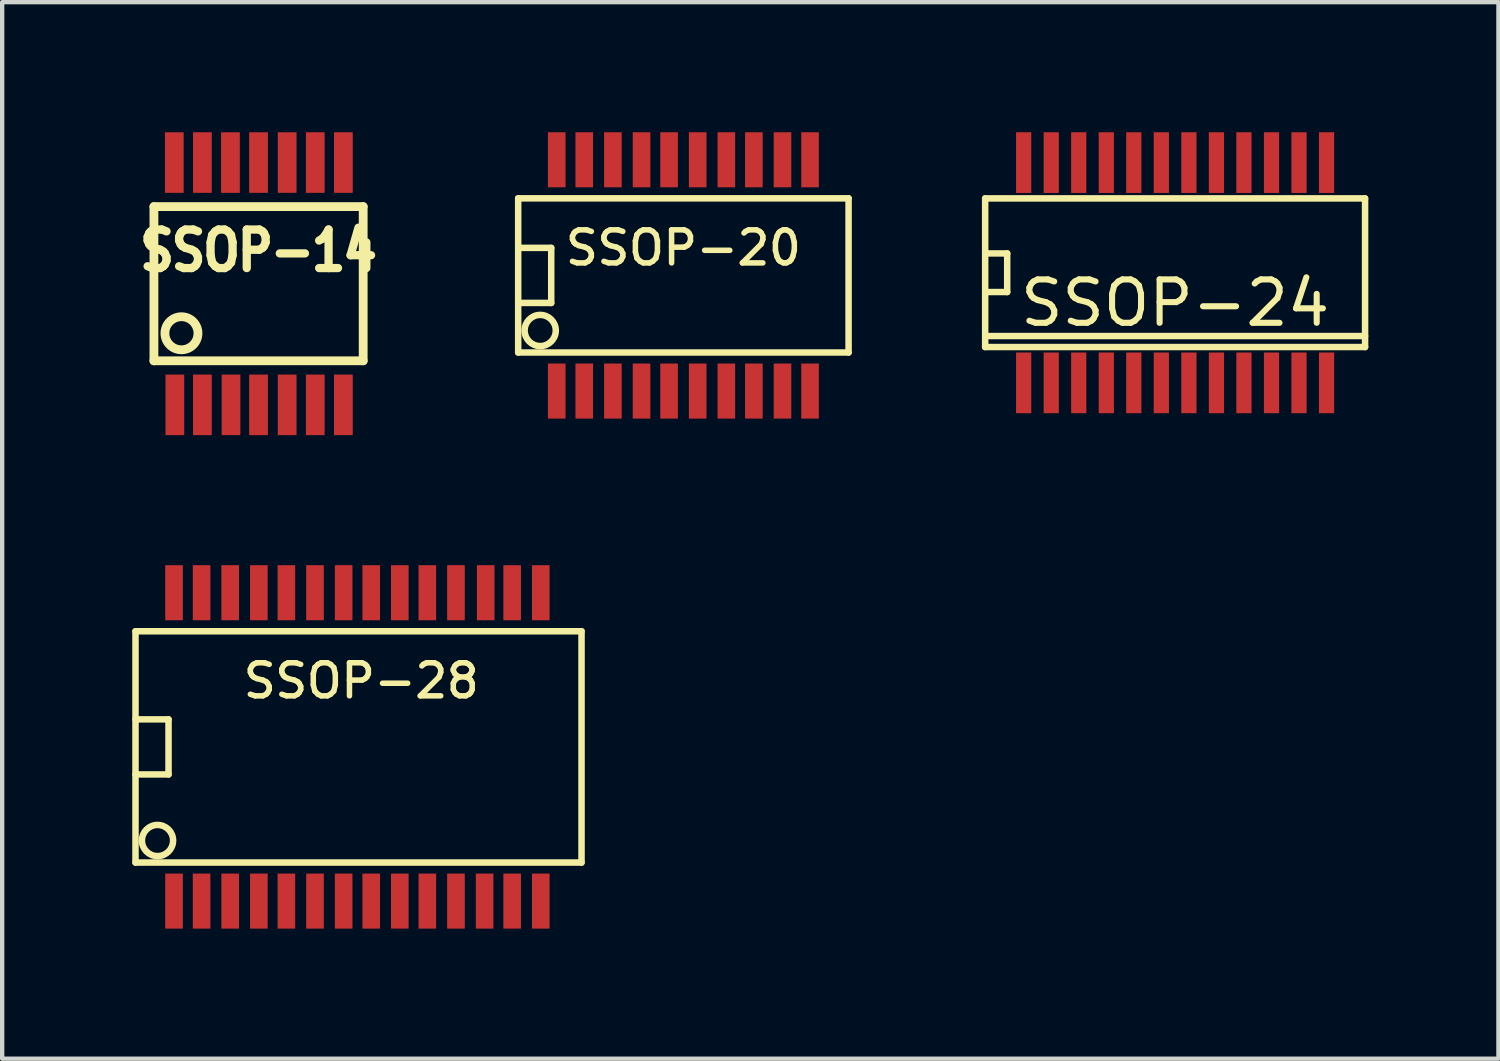
<source format=kicad_pcb>
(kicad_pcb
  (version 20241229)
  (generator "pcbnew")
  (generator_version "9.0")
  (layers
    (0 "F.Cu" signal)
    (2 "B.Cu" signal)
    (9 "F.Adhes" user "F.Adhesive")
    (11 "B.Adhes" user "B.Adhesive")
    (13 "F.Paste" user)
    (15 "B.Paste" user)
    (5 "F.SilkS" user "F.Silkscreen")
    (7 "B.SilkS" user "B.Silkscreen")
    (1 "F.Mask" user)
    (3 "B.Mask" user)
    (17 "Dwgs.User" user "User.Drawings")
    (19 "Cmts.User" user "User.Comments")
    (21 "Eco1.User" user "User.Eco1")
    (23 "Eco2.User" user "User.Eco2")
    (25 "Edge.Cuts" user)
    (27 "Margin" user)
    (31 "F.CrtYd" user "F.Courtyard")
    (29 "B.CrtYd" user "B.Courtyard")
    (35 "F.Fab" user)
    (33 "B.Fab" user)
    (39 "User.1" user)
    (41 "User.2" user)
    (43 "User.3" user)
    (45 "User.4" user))
  (footprint "SSOP-20"
    (layer "F.Cu")
    (at 12.711 3.302)
    (property "Reference" "SSOP-20" (at 0 -0.635 0) (layer "F.SilkS") (effects (font (size 0.762 0.762) (thickness 0.127))))
    (attr smd)
    (fp_line (start -3.81 -0.635) (end -3.048 -0.635) (stroke (width 0.15) (type solid)) (layer "F.SilkS"))
    (fp_line (start -3.81 1.778) (end -3.81 -1.778) (stroke (width 0.15) (type solid)) (layer "F.SilkS"))
    (fp_line (start -3.81 1.778) (end 3.81 1.778) (stroke (width 0.15) (type solid)) (layer "F.SilkS"))
    (fp_line (start -3.048 -0.635) (end -3.048 0.635) (stroke (width 0.15) (type solid)) (layer "F.SilkS"))
    (fp_line (start -3.048 0.635) (end -3.81 0.635) (stroke (width 0.15) (type solid)) (layer "F.SilkS"))
    (fp_line (start 3.81 -1.778) (end -3.81 -1.778) (stroke (width 0.15) (type solid)) (layer "F.SilkS"))
    (fp_line (start 3.81 -1.778) (end 3.81 1.778) (stroke (width 0.15) (type solid)) (layer "F.SilkS"))
    (fp_circle (center -3.302 1.27) (end -3.556 1.016) (stroke (width 0.15) (type solid)) (fill no) (layer "F.SilkS"))
    (pad "1" smd rect (at -2.921 2.667) (size 0.406 1.27) (layers "F.Cu" "F.Mask" "F.Paste"))
    (pad "2" smd rect (at -2.286 2.667) (size 0.406 1.27) (layers "F.Cu" "F.Mask" "F.Paste"))
    (pad "3" smd rect (at -1.626 2.667) (size 0.406 1.27) (layers "F.Cu" "F.Mask" "F.Paste"))
    (pad "4" smd rect (at -0.965 2.667) (size 0.406 1.27) (layers "F.Cu" "F.Mask" "F.Paste"))
    (pad "5" smd rect (at -0.33 2.667) (size 0.406 1.27) (layers "F.Cu" "F.Mask" "F.Paste"))
    (pad "6" smd rect (at 0.33 2.667) (size 0.406 1.27) (layers "F.Cu" "F.Mask" "F.Paste"))
    (pad "7" smd rect (at 0.991 2.667) (size 0.406 1.27) (layers "F.Cu" "F.Mask" "F.Paste"))
    (pad "8" smd rect (at 1.626 2.667) (size 0.406 1.27) (layers "F.Cu" "F.Mask" "F.Paste"))
    (pad "9" smd rect (at 2.286 2.667) (size 0.406 1.27) (layers "F.Cu" "F.Mask" "F.Paste"))
    (pad "10" smd rect (at 2.921 2.667) (size 0.406 1.27) (layers "F.Cu" "F.Mask" "F.Paste"))
    (pad "11" smd rect (at 2.921 -2.667) (size 0.406 1.27) (layers "F.Cu" "F.Mask" "F.Paste"))
    (pad "12" smd rect (at 2.286 -2.667) (size 0.406 1.27) (layers "F.Cu" "F.Mask" "F.Paste"))
    (pad "13" smd rect (at 1.626 -2.667) (size 0.406 1.27) (layers "F.Cu" "F.Mask" "F.Paste"))
    (pad "14" smd rect (at 0.991 -2.667) (size 0.406 1.27) (layers "F.Cu" "F.Mask" "F.Paste"))
    (pad "15" smd rect (at 0.33 -2.667) (size 0.406 1.27) (layers "F.Cu" "F.Mask" "F.Paste"))
    (pad "16" smd rect (at -0.33 -2.667) (size 0.406 1.27) (layers "F.Cu" "F.Mask" "F.Paste"))
    (pad "17" smd rect (at -0.965 -2.667) (size 0.406 1.27) (layers "F.Cu" "F.Mask" "F.Paste"))
    (pad "18" smd rect (at -1.626 -2.667) (size 0.406 1.27) (layers "F.Cu" "F.Mask" "F.Paste"))
    (pad "19" smd rect (at -2.286 -2.667) (size 0.406 1.27) (layers "F.Cu" "F.Mask" "F.Paste"))
    (pad "20" smd rect (at -2.921 -2.667) (size 0.406 1.27) (layers "F.Cu" "F.Mask" "F.Paste")))
  (footprint "SSOP-14"
    (layer "F.Cu")
    (at 2.913 3.493)
    (property "Reference" "SSOP-14" (at 0 -0.762 0) (layer "F.SilkS") (effects (font (size 0.889 0.762) (thickness 0.191))))
    (attr smd)
    (fp_line (start -2.413 -1.778) (end 2.413 -1.778) (stroke (width 0.203) (type solid)) (layer "F.SilkS"))
    (fp_line (start -2.413 1.778) (end -2.413 -1.778) (stroke (width 0.203) (type solid)) (layer "F.SilkS"))
    (fp_line (start 2.413 -1.778) (end 2.413 1.778) (stroke (width 0.203) (type solid)) (layer "F.SilkS"))
    (fp_line (start 2.413 1.778) (end -2.413 1.778) (stroke (width 0.203) (type solid)) (layer "F.SilkS"))
    (fp_circle (center -1.778 1.143) (end -2.159 1.143) (stroke (width 0.203) (type solid)) (fill no) (layer "F.SilkS"))
    (pad "1" smd rect (at -1.93 2.794) (size 0.432 1.397) (layers "F.Cu" "F.Mask" "F.Paste"))
    (pad "2" smd rect (at -1.295 2.794) (size 0.432 1.397) (layers "F.Cu" "F.Mask" "F.Paste"))
    (pad "3" smd rect (at -0.635 2.794) (size 0.432 1.397) (layers "F.Cu" "F.Mask" "F.Paste"))
    (pad "4" smd rect (at 0 2.794) (size 0.432 1.397) (layers "F.Cu" "F.Mask" "F.Paste"))
    (pad "5" smd rect (at 0.66 2.794) (size 0.432 1.397) (layers "F.Cu" "F.Mask" "F.Paste"))
    (pad "6" smd rect (at 1.308 2.794) (size 0.432 1.397) (layers "F.Cu" "F.Mask" "F.Paste"))
    (pad "7" smd rect (at 1.956 2.794) (size 0.432 1.397) (layers "F.Cu" "F.Mask" "F.Paste"))
    (pad "8" smd rect (at 1.956 -2.794) (size 0.432 1.397) (layers "F.Cu" "F.Mask" "F.Paste"))
    (pad "9" smd rect (at 1.308 -2.794) (size 0.432 1.397) (layers "F.Cu" "F.Mask" "F.Paste"))
    (pad "10" smd rect (at 0.66 -2.794) (size 0.432 1.397) (layers "F.Cu" "F.Mask" "F.Paste"))
    (pad "11" smd rect (at 0 -2.794) (size 0.432 1.397) (layers "F.Cu" "F.Mask" "F.Paste"))
    (pad "12" smd rect (at -0.648 -2.794) (size 0.432 1.397) (layers "F.Cu" "F.Mask" "F.Paste"))
    (pad "13" smd rect (at -1.295 -2.794) (size 0.432 1.397) (layers "F.Cu" "F.Mask" "F.Paste"))
    (pad "14" smd rect (at -1.943 -2.794) (size 0.432 1.397) (layers "F.Cu" "F.Mask" "F.Paste")))
  (footprint "SSOP-24"
    (layer "F.Cu")
    (at 24.052 3.24)
    (property "Reference" "SSOP-24" (at 0 0.699 0) (layer "F.SilkS") (effects (font (size 1.001 1.001) (thickness 0.14))))
    (attr smd)
    (fp_line (start -4.381 -1.714) (end 4.381 -1.714) (stroke (width 0.15) (type solid)) (layer "F.SilkS"))
    (fp_line (start -4.381 -0.445) (end -3.873 -0.445) (stroke (width 0.15) (type solid)) (layer "F.SilkS"))
    (fp_line (start -4.381 0.445) (end -3.873 0.445) (stroke (width 0.15) (type solid)) (layer "F.SilkS"))
    (fp_line (start -4.381 1.46) (end 4.381 1.46) (stroke (width 0.15) (type solid)) (layer "F.SilkS"))
    (fp_line (start -4.381 1.714) (end -4.381 -1.714) (stroke (width 0.15) (type solid)) (layer "F.SilkS"))
    (fp_line (start -3.873 -0.445) (end -3.873 0.445) (stroke (width 0.15) (type solid)) (layer "F.SilkS"))
    (fp_line (start 4.381 -1.714) (end 4.381 1.714) (stroke (width 0.15) (type solid)) (layer "F.SilkS"))
    (fp_line (start 4.381 1.714) (end -4.381 1.714) (stroke (width 0.15) (type solid)) (layer "F.SilkS"))
    (pad "1" smd rect (at -3.493 2.54) (size 0.351 1.4) (layers "F.Cu" "F.Mask" "F.Paste"))
    (pad "2" smd rect (at -2.857 2.54) (size 0.351 1.4) (layers "F.Cu" "F.Mask" "F.Paste"))
    (pad "3" smd rect (at -2.223 2.54) (size 0.351 1.4) (layers "F.Cu" "F.Mask" "F.Paste"))
    (pad "4" smd rect (at -1.587 2.54) (size 0.351 1.4) (layers "F.Cu" "F.Mask" "F.Paste"))
    (pad "5" smd rect (at -0.953 2.54) (size 0.351 1.4) (layers "F.Cu" "F.Mask" "F.Paste"))
    (pad "6" smd rect (at -0.318 2.54) (size 0.351 1.4) (layers "F.Cu" "F.Mask" "F.Paste"))
    (pad "7" smd rect (at 0.318 2.54) (size 0.351 1.4) (layers "F.Cu" "F.Mask" "F.Paste"))
    (pad "8" smd rect (at 0.953 2.54) (size 0.351 1.4) (layers "F.Cu" "F.Mask" "F.Paste"))
    (pad "9" smd rect (at 1.587 2.54) (size 0.351 1.4) (layers "F.Cu" "F.Mask" "F.Paste"))
    (pad "10" smd rect (at 2.223 2.54) (size 0.351 1.4) (layers "F.Cu" "F.Mask" "F.Paste"))
    (pad "11" smd rect (at 2.857 2.54) (size 0.351 1.4) (layers "F.Cu" "F.Mask" "F.Paste"))
    (pad "12" smd rect (at 3.493 2.54) (size 0.351 1.4) (layers "F.Cu" "F.Mask" "F.Paste"))
    (pad "13" smd rect (at 3.493 -2.54) (size 0.351 1.4) (layers "F.Cu" "F.Mask" "F.Paste"))
    (pad "14" smd rect (at 2.857 -2.54) (size 0.351 1.4) (layers "F.Cu" "F.Mask" "F.Paste"))
    (pad "15" smd rect (at 2.223 -2.54) (size 0.351 1.4) (layers "F.Cu" "F.Mask" "F.Paste"))
    (pad "16" smd rect (at 1.587 -2.54) (size 0.351 1.4) (layers "F.Cu" "F.Mask" "F.Paste"))
    (pad "17" smd rect (at 0.953 -2.54) (size 0.351 1.4) (layers "F.Cu" "F.Mask" "F.Paste"))
    (pad "18" smd rect (at 0.318 -2.54) (size 0.351 1.4) (layers "F.Cu" "F.Mask" "F.Paste"))
    (pad "19" smd rect (at -0.318 -2.54) (size 0.351 1.4) (layers "F.Cu" "F.Mask" "F.Paste"))
    (pad "20" smd rect (at -0.953 -2.54) (size 0.351 1.4) (layers "F.Cu" "F.Mask" "F.Paste"))
    (pad "21" smd rect (at -1.587 -2.54) (size 0.351 1.4) (layers "F.Cu" "F.Mask" "F.Paste"))
    (pad "22" smd rect (at -2.223 -2.54) (size 0.351 1.4) (layers "F.Cu" "F.Mask" "F.Paste"))
    (pad "23" smd rect (at -2.857 -2.54) (size 0.351 1.4) (layers "F.Cu" "F.Mask" "F.Paste"))
    (pad "24" smd rect (at -3.493 -2.54) (size 0.351 1.4) (layers "F.Cu" "F.Mask" "F.Paste")))
  (footprint "SSOP-28"
    (layer "F.Cu")
    (at 5.155 14.176)
    (property "Reference" "SSOP-28" (at 0.127 -1.524 0) (layer "F.SilkS") (effects (font (size 0.762 0.762) (thickness 0.127))))
    (attr smd)
    (fp_line (start -5.08 -2.667) (end -5.08 2.667) (stroke (width 0.15) (type solid)) (layer "F.SilkS"))
    (fp_line (start -5.08 -2.667) (end 5.207 -2.667) (stroke (width 0.15) (type solid)) (layer "F.SilkS"))
    (fp_line (start -5.08 -0.635) (end -4.318 -0.635) (stroke (width 0.15) (type solid)) (layer "F.SilkS"))
    (fp_line (start -4.318 -0.635) (end -4.318 0.635) (stroke (width 0.15) (type solid)) (layer "F.SilkS"))
    (fp_line (start -4.318 0.635) (end -5.08 0.635) (stroke (width 0.15) (type solid)) (layer "F.SilkS"))
    (fp_line (start 5.207 -2.667) (end 5.207 2.667) (stroke (width 0.15) (type solid)) (layer "F.SilkS"))
    (fp_line (start 5.207 2.667) (end -5.08 2.667) (stroke (width 0.15) (type solid)) (layer "F.SilkS"))
    (fp_circle (center -4.572 2.159) (end -4.826 1.905) (stroke (width 0.15) (type solid)) (fill no) (layer "F.SilkS"))
    (pad "1" smd rect (at -4.191 3.556) (size 0.406 1.27) (layers "F.Cu" "F.Mask" "F.Paste"))
    (pad "2" smd rect (at -3.556 3.556) (size 0.406 1.27) (layers "F.Cu" "F.Mask" "F.Paste"))
    (pad "3" smd rect (at -2.896 3.556) (size 0.406 1.27) (layers "F.Cu" "F.Mask" "F.Paste"))
    (pad "4" smd rect (at -2.235 3.556) (size 0.406 1.27) (layers "F.Cu" "F.Mask" "F.Paste"))
    (pad "5" smd rect (at -1.6 3.556) (size 0.406 1.27) (layers "F.Cu" "F.Mask" "F.Paste"))
    (pad "6" smd rect (at -0.94 3.556) (size 0.406 1.27) (layers "F.Cu" "F.Mask" "F.Paste"))
    (pad "7" smd rect (at -0.279 3.556) (size 0.406 1.27) (layers "F.Cu" "F.Mask" "F.Paste"))
    (pad "8" smd rect (at 0.356 3.556) (size 0.406 1.27) (layers "F.Cu" "F.Mask" "F.Paste"))
    (pad "9" smd rect (at 1.016 3.556) (size 0.406 1.27) (layers "F.Cu" "F.Mask" "F.Paste"))
    (pad "10" smd rect (at 1.651 3.556) (size 0.406 1.27) (layers "F.Cu" "F.Mask" "F.Paste"))
    (pad "11" smd rect (at 2.311 3.556) (size 0.406 1.27) (layers "F.Cu" "F.Mask" "F.Paste"))
    (pad "12" smd rect (at 2.972 3.556) (size 0.406 1.27) (layers "F.Cu" "F.Mask" "F.Paste"))
    (pad "13" smd rect (at 3.607 3.556) (size 0.406 1.27) (layers "F.Cu" "F.Mask" "F.Paste"))
    (pad "14" smd rect (at 4.267 3.556) (size 0.406 1.27) (layers "F.Cu" "F.Mask" "F.Paste"))
    (pad "15" smd rect (at 4.267 -3.556) (size 0.406 1.27) (layers "F.Cu" "F.Mask" "F.Paste"))
    (pad "16" smd rect (at 3.607 -3.556) (size 0.406 1.27) (layers "F.Cu" "F.Mask" "F.Paste"))
    (pad "17" smd rect (at 2.997 -3.556) (size 0.406 1.27) (layers "F.Cu" "F.Mask" "F.Paste"))
    (pad "18" smd rect (at 2.311 -3.556) (size 0.406 1.27) (layers "F.Cu" "F.Mask" "F.Paste"))
    (pad "19" smd rect (at 1.651 -3.556) (size 0.406 1.27) (layers "F.Cu" "F.Mask" "F.Paste"))
    (pad "20" smd rect (at 1.016 -3.556) (size 0.406 1.27) (layers "F.Cu" "F.Mask" "F.Paste"))
    (pad "21" smd rect (at 0.356 -3.556) (size 0.406 1.27) (layers "F.Cu" "F.Mask" "F.Paste"))
    (pad "22" smd rect (at -0.279 -3.556) (size 0.406 1.27) (layers "F.Cu" "F.Mask" "F.Paste"))
    (pad "23" smd rect (at -0.94 -3.556) (size 0.406 1.27) (layers "F.Cu" "F.Mask" "F.Paste"))
    (pad "24" smd rect (at -1.6 -3.556) (size 0.406 1.27) (layers "F.Cu" "F.Mask" "F.Paste"))
    (pad "25" smd rect (at -2.235 -3.556) (size 0.406 1.27) (layers "F.Cu" "F.Mask" "F.Paste"))
    (pad "26" smd rect (at -2.896 -3.556) (size 0.406 1.27) (layers "F.Cu" "F.Mask" "F.Paste"))
    (pad "27" smd rect (at -3.556 -3.556) (size 0.406 1.27) (layers "F.Cu" "F.Mask" "F.Paste"))
    (pad "28" smd rect (at -4.191 -3.556) (size 0.406 1.27) (layers "F.Cu" "F.Mask" "F.Paste")))
  (gr_rect
    (start -3 -3)
    (end 31.509 21.367)
    (stroke (width 0.1) (type default))
    (fill no)
    (layer "Edge.Cuts")))
</source>
